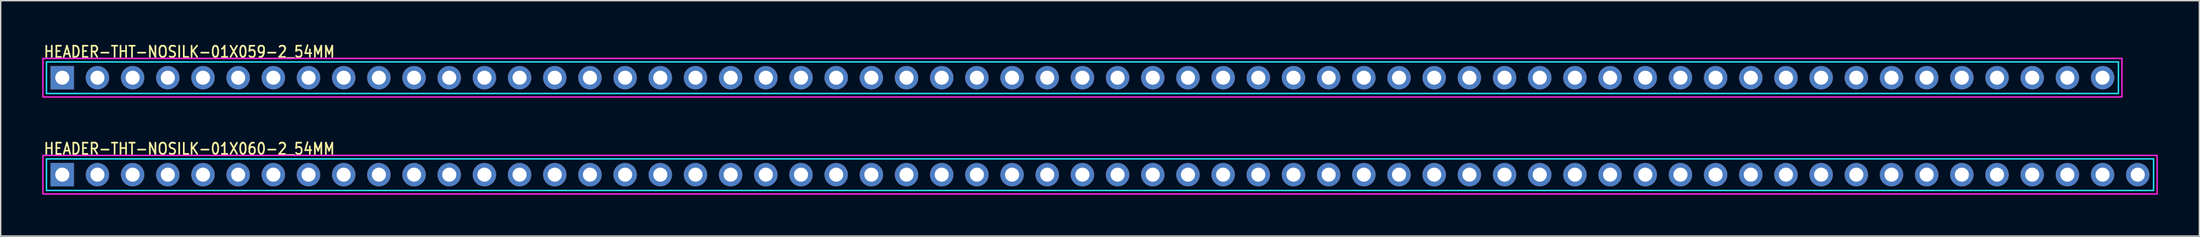
<source format=kicad_pcb>
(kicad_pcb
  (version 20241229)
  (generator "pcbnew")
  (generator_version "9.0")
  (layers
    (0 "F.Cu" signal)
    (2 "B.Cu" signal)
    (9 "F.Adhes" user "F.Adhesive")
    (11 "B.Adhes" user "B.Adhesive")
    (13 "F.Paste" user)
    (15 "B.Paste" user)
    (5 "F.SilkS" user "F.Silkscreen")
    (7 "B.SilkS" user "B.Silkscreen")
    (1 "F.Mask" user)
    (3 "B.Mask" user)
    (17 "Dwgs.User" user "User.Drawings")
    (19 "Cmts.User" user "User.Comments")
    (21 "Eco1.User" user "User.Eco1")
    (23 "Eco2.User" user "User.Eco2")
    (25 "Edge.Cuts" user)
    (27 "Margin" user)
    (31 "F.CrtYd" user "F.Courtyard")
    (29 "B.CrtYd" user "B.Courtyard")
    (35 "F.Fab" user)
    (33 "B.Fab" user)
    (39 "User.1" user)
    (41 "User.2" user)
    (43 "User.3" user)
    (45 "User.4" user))
  (footprint "HEADER-THT-NOSILK-01X059-2_54MM"
    (layer "F.Cu")
    (at 1.447 2.579)
    (property "Reference" "HEADER-THT-NOSILK-01X059-2_54MM" (at -1.4 -1.4 0) (unlocked yes) (layer "F.SilkS") (effects (font (size 0.813 0.695) (thickness 0.122)) (justify left bottom)))
    (fp_poly (pts (xy -1.143 -1.143) (xy 148.463 -1.143) (xy 148.463 1.143) (xy -1.143 1.143)) (stroke (width 0.1) (type solid)) (fill no) (layer "B.CrtYd"))
    (fp_poly (pts (xy -1.397 -1.397) (xy 148.717 -1.397) (xy 148.717 1.397) (xy -1.397 1.397)) (stroke (width 0.1) (type solid)) (fill no) (layer "F.CrtYd"))
    (pad "1" thru_hole rect (at 0 0) (size 1.693 1.693) (drill 1.016) (layers "*.Cu" "*.Mask"))
    (pad "2" thru_hole oval (at 2.54 0) (size 1.693 1.693) (drill 1.016) (layers "*.Cu" "*.Mask"))
    (pad "3" thru_hole oval (at 5.08 0) (size 1.693 1.693) (drill 1.016) (layers "*.Cu" "*.Mask"))
    (pad "4" thru_hole oval (at 7.62 0) (size 1.693 1.693) (drill 1.016) (layers "*.Cu" "*.Mask"))
    (pad "5" thru_hole oval (at 10.16 0) (size 1.693 1.693) (drill 1.016) (layers "*.Cu" "*.Mask"))
    (pad "6" thru_hole oval (at 12.7 0) (size 1.693 1.693) (drill 1.016) (layers "*.Cu" "*.Mask"))
    (pad "7" thru_hole oval (at 15.24 0) (size 1.693 1.693) (drill 1.016) (layers "*.Cu" "*.Mask"))
    (pad "8" thru_hole oval (at 17.78 0) (size 1.693 1.693) (drill 1.016) (layers "*.Cu" "*.Mask"))
    (pad "9" thru_hole oval (at 20.32 0) (size 1.693 1.693) (drill 1.016) (layers "*.Cu" "*.Mask"))
    (pad "10" thru_hole oval (at 22.86 0) (size 1.693 1.693) (drill 1.016) (layers "*.Cu" "*.Mask"))
    (pad "11" thru_hole oval (at 25.4 0) (size 1.693 1.693) (drill 1.016) (layers "*.Cu" "*.Mask"))
    (pad "12" thru_hole oval (at 27.94 0) (size 1.693 1.693) (drill 1.016) (layers "*.Cu" "*.Mask"))
    (pad "13" thru_hole oval (at 30.48 0) (size 1.693 1.693) (drill 1.016) (layers "*.Cu" "*.Mask"))
    (pad "14" thru_hole oval (at 33.02 0) (size 1.693 1.693) (drill 1.016) (layers "*.Cu" "*.Mask"))
    (pad "15" thru_hole oval (at 35.56 0) (size 1.693 1.693) (drill 1.016) (layers "*.Cu" "*.Mask"))
    (pad "16" thru_hole oval (at 38.1 0) (size 1.693 1.693) (drill 1.016) (layers "*.Cu" "*.Mask"))
    (pad "17" thru_hole oval (at 40.64 0) (size 1.693 1.693) (drill 1.016) (layers "*.Cu" "*.Mask"))
    (pad "18" thru_hole oval (at 43.18 0) (size 1.693 1.693) (drill 1.016) (layers "*.Cu" "*.Mask"))
    (pad "19" thru_hole oval (at 45.72 0) (size 1.693 1.693) (drill 1.016) (layers "*.Cu" "*.Mask"))
    (pad "20" thru_hole oval (at 48.26 0) (size 1.693 1.693) (drill 1.016) (layers "*.Cu" "*.Mask"))
    (pad "21" thru_hole oval (at 50.8 0) (size 1.693 1.693) (drill 1.016) (layers "*.Cu" "*.Mask"))
    (pad "22" thru_hole oval (at 53.34 0) (size 1.693 1.693) (drill 1.016) (layers "*.Cu" "*.Mask"))
    (pad "23" thru_hole oval (at 55.88 0) (size 1.693 1.693) (drill 1.016) (layers "*.Cu" "*.Mask"))
    (pad "24" thru_hole oval (at 58.42 0) (size 1.693 1.693) (drill 1.016) (layers "*.Cu" "*.Mask"))
    (pad "25" thru_hole oval (at 60.96 0) (size 1.693 1.693) (drill 1.016) (layers "*.Cu" "*.Mask"))
    (pad "26" thru_hole oval (at 63.5 0) (size 1.693 1.693) (drill 1.016) (layers "*.Cu" "*.Mask"))
    (pad "27" thru_hole oval (at 66.04 0) (size 1.693 1.693) (drill 1.016) (layers "*.Cu" "*.Mask"))
    (pad "28" thru_hole oval (at 68.58 0) (size 1.693 1.693) (drill 1.016) (layers "*.Cu" "*.Mask"))
    (pad "29" thru_hole oval (at 71.12 0) (size 1.693 1.693) (drill 1.016) (layers "*.Cu" "*.Mask"))
    (pad "30" thru_hole oval (at 73.66 0) (size 1.693 1.693) (drill 1.016) (layers "*.Cu" "*.Mask"))
    (pad "31" thru_hole oval (at 76.2 0) (size 1.693 1.693) (drill 1.016) (layers "*.Cu" "*.Mask"))
    (pad "32" thru_hole oval (at 78.74 0) (size 1.693 1.693) (drill 1.016) (layers "*.Cu" "*.Mask"))
    (pad "33" thru_hole oval (at 81.28 0) (size 1.693 1.693) (drill 1.016) (layers "*.Cu" "*.Mask"))
    (pad "34" thru_hole oval (at 83.82 0) (size 1.693 1.693) (drill 1.016) (layers "*.Cu" "*.Mask"))
    (pad "35" thru_hole oval (at 86.36 0) (size 1.693 1.693) (drill 1.016) (layers "*.Cu" "*.Mask"))
    (pad "36" thru_hole oval (at 88.9 0) (size 1.693 1.693) (drill 1.016) (layers "*.Cu" "*.Mask"))
    (pad "37" thru_hole oval (at 91.44 0) (size 1.693 1.693) (drill 1.016) (layers "*.Cu" "*.Mask"))
    (pad "38" thru_hole oval (at 93.98 0) (size 1.693 1.693) (drill 1.016) (layers "*.Cu" "*.Mask"))
    (pad "39" thru_hole oval (at 96.52 0) (size 1.693 1.693) (drill 1.016) (layers "*.Cu" "*.Mask"))
    (pad "40" thru_hole oval (at 99.06 0) (size 1.693 1.693) (drill 1.016) (layers "*.Cu" "*.Mask"))
    (pad "41" thru_hole oval (at 101.6 0) (size 1.693 1.693) (drill 1.016) (layers "*.Cu" "*.Mask"))
    (pad "42" thru_hole oval (at 104.14 0) (size 1.693 1.693) (drill 1.016) (layers "*.Cu" "*.Mask"))
    (pad "43" thru_hole oval (at 106.68 0) (size 1.693 1.693) (drill 1.016) (layers "*.Cu" "*.Mask"))
    (pad "44" thru_hole oval (at 109.22 0) (size 1.693 1.693) (drill 1.016) (layers "*.Cu" "*.Mask"))
    (pad "45" thru_hole oval (at 111.76 0) (size 1.693 1.693) (drill 1.016) (layers "*.Cu" "*.Mask"))
    (pad "46" thru_hole oval (at 114.3 0) (size 1.693 1.693) (drill 1.016) (layers "*.Cu" "*.Mask"))
    (pad "47" thru_hole oval (at 116.84 0) (size 1.693 1.693) (drill 1.016) (layers "*.Cu" "*.Mask"))
    (pad "48" thru_hole oval (at 119.38 0) (size 1.693 1.693) (drill 1.016) (layers "*.Cu" "*.Mask"))
    (pad "49" thru_hole oval (at 121.92 0) (size 1.693 1.693) (drill 1.016) (layers "*.Cu" "*.Mask"))
    (pad "50" thru_hole oval (at 124.46 0) (size 1.693 1.693) (drill 1.016) (layers "*.Cu" "*.Mask"))
    (pad "51" thru_hole oval (at 127 0) (size 1.693 1.693) (drill 1.016) (layers "*.Cu" "*.Mask"))
    (pad "52" thru_hole oval (at 129.54 0) (size 1.693 1.693) (drill 1.016) (layers "*.Cu" "*.Mask"))
    (pad "53" thru_hole oval (at 132.08 0) (size 1.693 1.693) (drill 1.016) (layers "*.Cu" "*.Mask"))
    (pad "54" thru_hole oval (at 134.62 0) (size 1.693 1.693) (drill 1.016) (layers "*.Cu" "*.Mask"))
    (pad "55" thru_hole oval (at 137.16 0) (size 1.693 1.693) (drill 1.016) (layers "*.Cu" "*.Mask"))
    (pad "56" thru_hole oval (at 139.7 0) (size 1.693 1.693) (drill 1.016) (layers "*.Cu" "*.Mask"))
    (pad "57" thru_hole oval (at 142.24 0) (size 1.693 1.693) (drill 1.016) (layers "*.Cu" "*.Mask"))
    (pad "58" thru_hole oval (at 144.78 0) (size 1.693 1.693) (drill 1.016) (layers "*.Cu" "*.Mask"))
    (pad "59" thru_hole oval (at 147.32 0) (size 1.693 1.693) (drill 1.016) (layers "*.Cu" "*.Mask")))
  (footprint "HEADER-THT-NOSILK-01X060-2_54MM"
    (layer "F.Cu")
    (at 1.447 9.604)
    (property "Reference" "HEADER-THT-NOSILK-01X060-2_54MM" (at -1.4 -1.4 0) (unlocked yes) (layer "F.SilkS") (effects (font (size 0.813 0.695) (thickness 0.122)) (justify left bottom)))
    (fp_poly (pts (xy -1.143 -1.143) (xy 151.003 -1.143) (xy 151.003 1.143) (xy -1.143 1.143)) (stroke (width 0.1) (type solid)) (fill no) (layer "B.CrtYd"))
    (fp_poly (pts (xy -1.397 -1.397) (xy 151.257 -1.397) (xy 151.257 1.397) (xy -1.397 1.397)) (stroke (width 0.1) (type solid)) (fill no) (layer "F.CrtYd"))
    (pad "1" thru_hole rect (at 0 0) (size 1.693 1.693) (drill 1.016) (layers "*.Cu" "*.Mask"))
    (pad "2" thru_hole oval (at 2.54 0) (size 1.693 1.693) (drill 1.016) (layers "*.Cu" "*.Mask"))
    (pad "3" thru_hole oval (at 5.08 0) (size 1.693 1.693) (drill 1.016) (layers "*.Cu" "*.Mask"))
    (pad "4" thru_hole oval (at 7.62 0) (size 1.693 1.693) (drill 1.016) (layers "*.Cu" "*.Mask"))
    (pad "5" thru_hole oval (at 10.16 0) (size 1.693 1.693) (drill 1.016) (layers "*.Cu" "*.Mask"))
    (pad "6" thru_hole oval (at 12.7 0) (size 1.693 1.693) (drill 1.016) (layers "*.Cu" "*.Mask"))
    (pad "7" thru_hole oval (at 15.24 0) (size 1.693 1.693) (drill 1.016) (layers "*.Cu" "*.Mask"))
    (pad "8" thru_hole oval (at 17.78 0) (size 1.693 1.693) (drill 1.016) (layers "*.Cu" "*.Mask"))
    (pad "9" thru_hole oval (at 20.32 0) (size 1.693 1.693) (drill 1.016) (layers "*.Cu" "*.Mask"))
    (pad "10" thru_hole oval (at 22.86 0) (size 1.693 1.693) (drill 1.016) (layers "*.Cu" "*.Mask"))
    (pad "11" thru_hole oval (at 25.4 0) (size 1.693 1.693) (drill 1.016) (layers "*.Cu" "*.Mask"))
    (pad "12" thru_hole oval (at 27.94 0) (size 1.693 1.693) (drill 1.016) (layers "*.Cu" "*.Mask"))
    (pad "13" thru_hole oval (at 30.48 0) (size 1.693 1.693) (drill 1.016) (layers "*.Cu" "*.Mask"))
    (pad "14" thru_hole oval (at 33.02 0) (size 1.693 1.693) (drill 1.016) (layers "*.Cu" "*.Mask"))
    (pad "15" thru_hole oval (at 35.56 0) (size 1.693 1.693) (drill 1.016) (layers "*.Cu" "*.Mask"))
    (pad "16" thru_hole oval (at 38.1 0) (size 1.693 1.693) (drill 1.016) (layers "*.Cu" "*.Mask"))
    (pad "17" thru_hole oval (at 40.64 0) (size 1.693 1.693) (drill 1.016) (layers "*.Cu" "*.Mask"))
    (pad "18" thru_hole oval (at 43.18 0) (size 1.693 1.693) (drill 1.016) (layers "*.Cu" "*.Mask"))
    (pad "19" thru_hole oval (at 45.72 0) (size 1.693 1.693) (drill 1.016) (layers "*.Cu" "*.Mask"))
    (pad "20" thru_hole oval (at 48.26 0) (size 1.693 1.693) (drill 1.016) (layers "*.Cu" "*.Mask"))
    (pad "21" thru_hole oval (at 50.8 0) (size 1.693 1.693) (drill 1.016) (layers "*.Cu" "*.Mask"))
    (pad "22" thru_hole oval (at 53.34 0) (size 1.693 1.693) (drill 1.016) (layers "*.Cu" "*.Mask"))
    (pad "23" thru_hole oval (at 55.88 0) (size 1.693 1.693) (drill 1.016) (layers "*.Cu" "*.Mask"))
    (pad "24" thru_hole oval (at 58.42 0) (size 1.693 1.693) (drill 1.016) (layers "*.Cu" "*.Mask"))
    (pad "25" thru_hole oval (at 60.96 0) (size 1.693 1.693) (drill 1.016) (layers "*.Cu" "*.Mask"))
    (pad "26" thru_hole oval (at 63.5 0) (size 1.693 1.693) (drill 1.016) (layers "*.Cu" "*.Mask"))
    (pad "27" thru_hole oval (at 66.04 0) (size 1.693 1.693) (drill 1.016) (layers "*.Cu" "*.Mask"))
    (pad "28" thru_hole oval (at 68.58 0) (size 1.693 1.693) (drill 1.016) (layers "*.Cu" "*.Mask"))
    (pad "29" thru_hole oval (at 71.12 0) (size 1.693 1.693) (drill 1.016) (layers "*.Cu" "*.Mask"))
    (pad "30" thru_hole oval (at 73.66 0) (size 1.693 1.693) (drill 1.016) (layers "*.Cu" "*.Mask"))
    (pad "31" thru_hole oval (at 76.2 0) (size 1.693 1.693) (drill 1.016) (layers "*.Cu" "*.Mask"))
    (pad "32" thru_hole oval (at 78.74 0) (size 1.693 1.693) (drill 1.016) (layers "*.Cu" "*.Mask"))
    (pad "33" thru_hole oval (at 81.28 0) (size 1.693 1.693) (drill 1.016) (layers "*.Cu" "*.Mask"))
    (pad "34" thru_hole oval (at 83.82 0) (size 1.693 1.693) (drill 1.016) (layers "*.Cu" "*.Mask"))
    (pad "35" thru_hole oval (at 86.36 0) (size 1.693 1.693) (drill 1.016) (layers "*.Cu" "*.Mask"))
    (pad "36" thru_hole oval (at 88.9 0) (size 1.693 1.693) (drill 1.016) (layers "*.Cu" "*.Mask"))
    (pad "37" thru_hole oval (at 91.44 0) (size 1.693 1.693) (drill 1.016) (layers "*.Cu" "*.Mask"))
    (pad "38" thru_hole oval (at 93.98 0) (size 1.693 1.693) (drill 1.016) (layers "*.Cu" "*.Mask"))
    (pad "39" thru_hole oval (at 96.52 0) (size 1.693 1.693) (drill 1.016) (layers "*.Cu" "*.Mask"))
    (pad "40" thru_hole oval (at 99.06 0) (size 1.693 1.693) (drill 1.016) (layers "*.Cu" "*.Mask"))
    (pad "41" thru_hole oval (at 101.6 0) (size 1.693 1.693) (drill 1.016) (layers "*.Cu" "*.Mask"))
    (pad "42" thru_hole oval (at 104.14 0) (size 1.693 1.693) (drill 1.016) (layers "*.Cu" "*.Mask"))
    (pad "43" thru_hole oval (at 106.68 0) (size 1.693 1.693) (drill 1.016) (layers "*.Cu" "*.Mask"))
    (pad "44" thru_hole oval (at 109.22 0) (size 1.693 1.693) (drill 1.016) (layers "*.Cu" "*.Mask"))
    (pad "45" thru_hole oval (at 111.76 0) (size 1.693 1.693) (drill 1.016) (layers "*.Cu" "*.Mask"))
    (pad "46" thru_hole oval (at 114.3 0) (size 1.693 1.693) (drill 1.016) (layers "*.Cu" "*.Mask"))
    (pad "47" thru_hole oval (at 116.84 0) (size 1.693 1.693) (drill 1.016) (layers "*.Cu" "*.Mask"))
    (pad "48" thru_hole oval (at 119.38 0) (size 1.693 1.693) (drill 1.016) (layers "*.Cu" "*.Mask"))
    (pad "49" thru_hole oval (at 121.92 0) (size 1.693 1.693) (drill 1.016) (layers "*.Cu" "*.Mask"))
    (pad "50" thru_hole oval (at 124.46 0) (size 1.693 1.693) (drill 1.016) (layers "*.Cu" "*.Mask"))
    (pad "51" thru_hole oval (at 127 0) (size 1.693 1.693) (drill 1.016) (layers "*.Cu" "*.Mask"))
    (pad "52" thru_hole oval (at 129.54 0) (size 1.693 1.693) (drill 1.016) (layers "*.Cu" "*.Mask"))
    (pad "53" thru_hole oval (at 132.08 0) (size 1.693 1.693) (drill 1.016) (layers "*.Cu" "*.Mask"))
    (pad "54" thru_hole oval (at 134.62 0) (size 1.693 1.693) (drill 1.016) (layers "*.Cu" "*.Mask"))
    (pad "55" thru_hole oval (at 137.16 0) (size 1.693 1.693) (drill 1.016) (layers "*.Cu" "*.Mask"))
    (pad "56" thru_hole oval (at 139.7 0) (size 1.693 1.693) (drill 1.016) (layers "*.Cu" "*.Mask"))
    (pad "57" thru_hole oval (at 142.24 0) (size 1.693 1.693) (drill 1.016) (layers "*.Cu" "*.Mask"))
    (pad "58" thru_hole oval (at 144.78 0) (size 1.693 1.693) (drill 1.016) (layers "*.Cu" "*.Mask"))
    (pad "59" thru_hole oval (at 147.32 0) (size 1.693 1.693) (drill 1.016) (layers "*.Cu" "*.Mask"))
    (pad "60" thru_hole oval (at 149.86 0) (size 1.693 1.693) (drill 1.016) (layers "*.Cu" "*.Mask")))
  (gr_rect
    (start -3 -3)
    (end 155.754 14.051)
    (stroke (width 0.1) (type default))
    (fill no)
    (layer "Edge.Cuts")))
</source>
